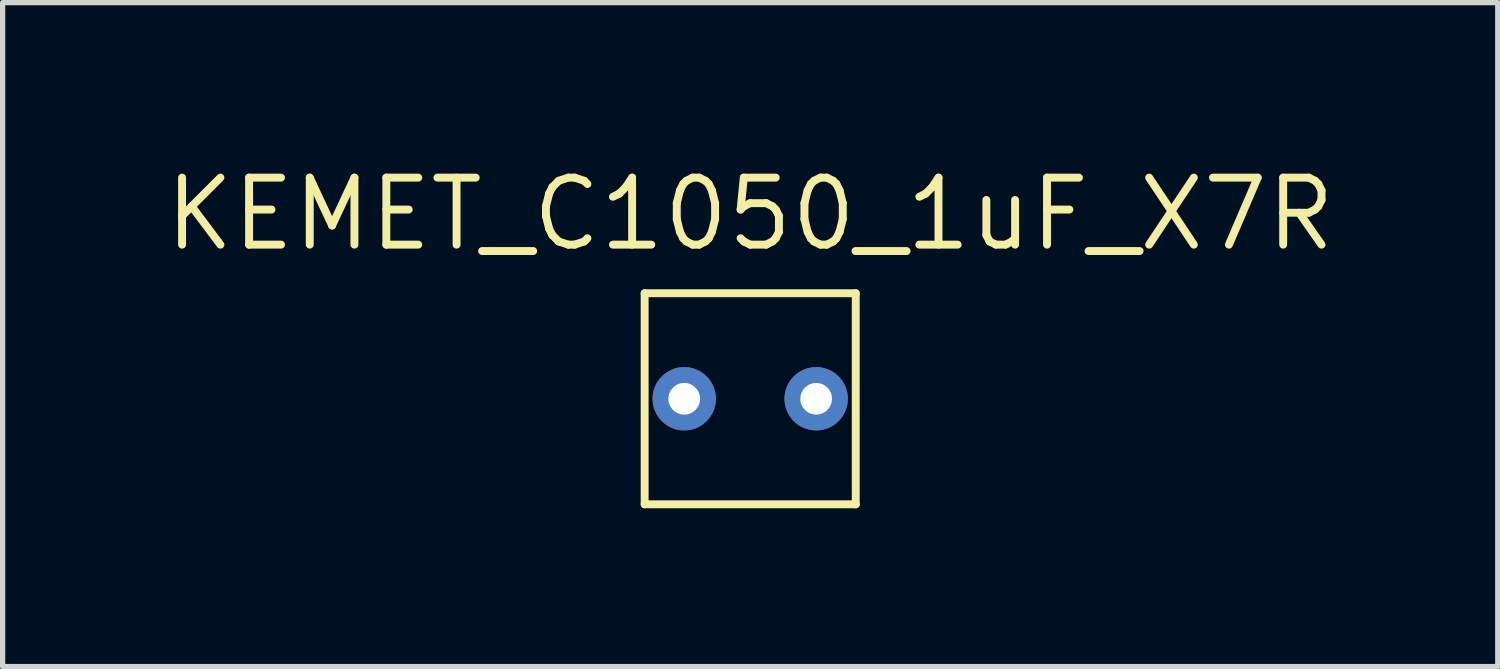
<source format=kicad_pcb>
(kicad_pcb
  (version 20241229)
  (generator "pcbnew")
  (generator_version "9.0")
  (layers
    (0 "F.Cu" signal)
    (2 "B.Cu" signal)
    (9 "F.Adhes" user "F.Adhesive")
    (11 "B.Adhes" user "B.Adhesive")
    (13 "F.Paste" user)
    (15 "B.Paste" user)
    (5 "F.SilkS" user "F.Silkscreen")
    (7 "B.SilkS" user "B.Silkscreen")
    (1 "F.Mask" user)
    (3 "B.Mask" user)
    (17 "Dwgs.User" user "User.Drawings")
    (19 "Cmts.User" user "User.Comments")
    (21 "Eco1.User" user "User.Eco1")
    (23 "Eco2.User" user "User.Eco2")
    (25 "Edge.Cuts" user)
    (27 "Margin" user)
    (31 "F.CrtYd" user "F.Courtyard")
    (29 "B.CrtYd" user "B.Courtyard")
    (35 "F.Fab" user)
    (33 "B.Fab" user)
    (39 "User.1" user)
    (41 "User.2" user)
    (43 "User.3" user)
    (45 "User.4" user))
  (footprint "KEMET_C1050_1uF_X7R"
    (layer "F.Cu")
    (at 11.165 4.506)
    (property "Reference" "KEMET_C1050_1uF_X7R" (at 0 -3.5 0) (layer "F.SilkS") (effects (font (size 1.27 1.27) (thickness 0.15))))
    (attr through_hole)
    (fp_line (start -2 -2) (end 2 -2) (stroke (width 0.15) (type solid)) (layer "F.SilkS"))
    (fp_line (start -2 2) (end -2 -2) (stroke (width 0.15) (type solid)) (layer "F.SilkS"))
    (fp_line (start 2 -2) (end 2 2) (stroke (width 0.15) (type solid)) (layer "F.SilkS"))
    (fp_line (start 2 2) (end -2 2) (stroke (width 0.15) (type solid)) (layer "F.SilkS"))
    (pad "1" thru_hole circle (at -1.25 0) (size 1.2 1.2) (drill 0.6) (layers "*.Cu" "*.Mask"))
    (pad "2" thru_hole circle (at 1.25 0) (size 1.2 1.2) (drill 0.6) (layers "*.Cu" "*.Mask")))
  (gr_rect
    (start -3 -3)
    (end 25.33 9.581)
    (stroke (width 0.1) (type default))
    (fill no)
    (layer "Edge.Cuts")))
</source>
